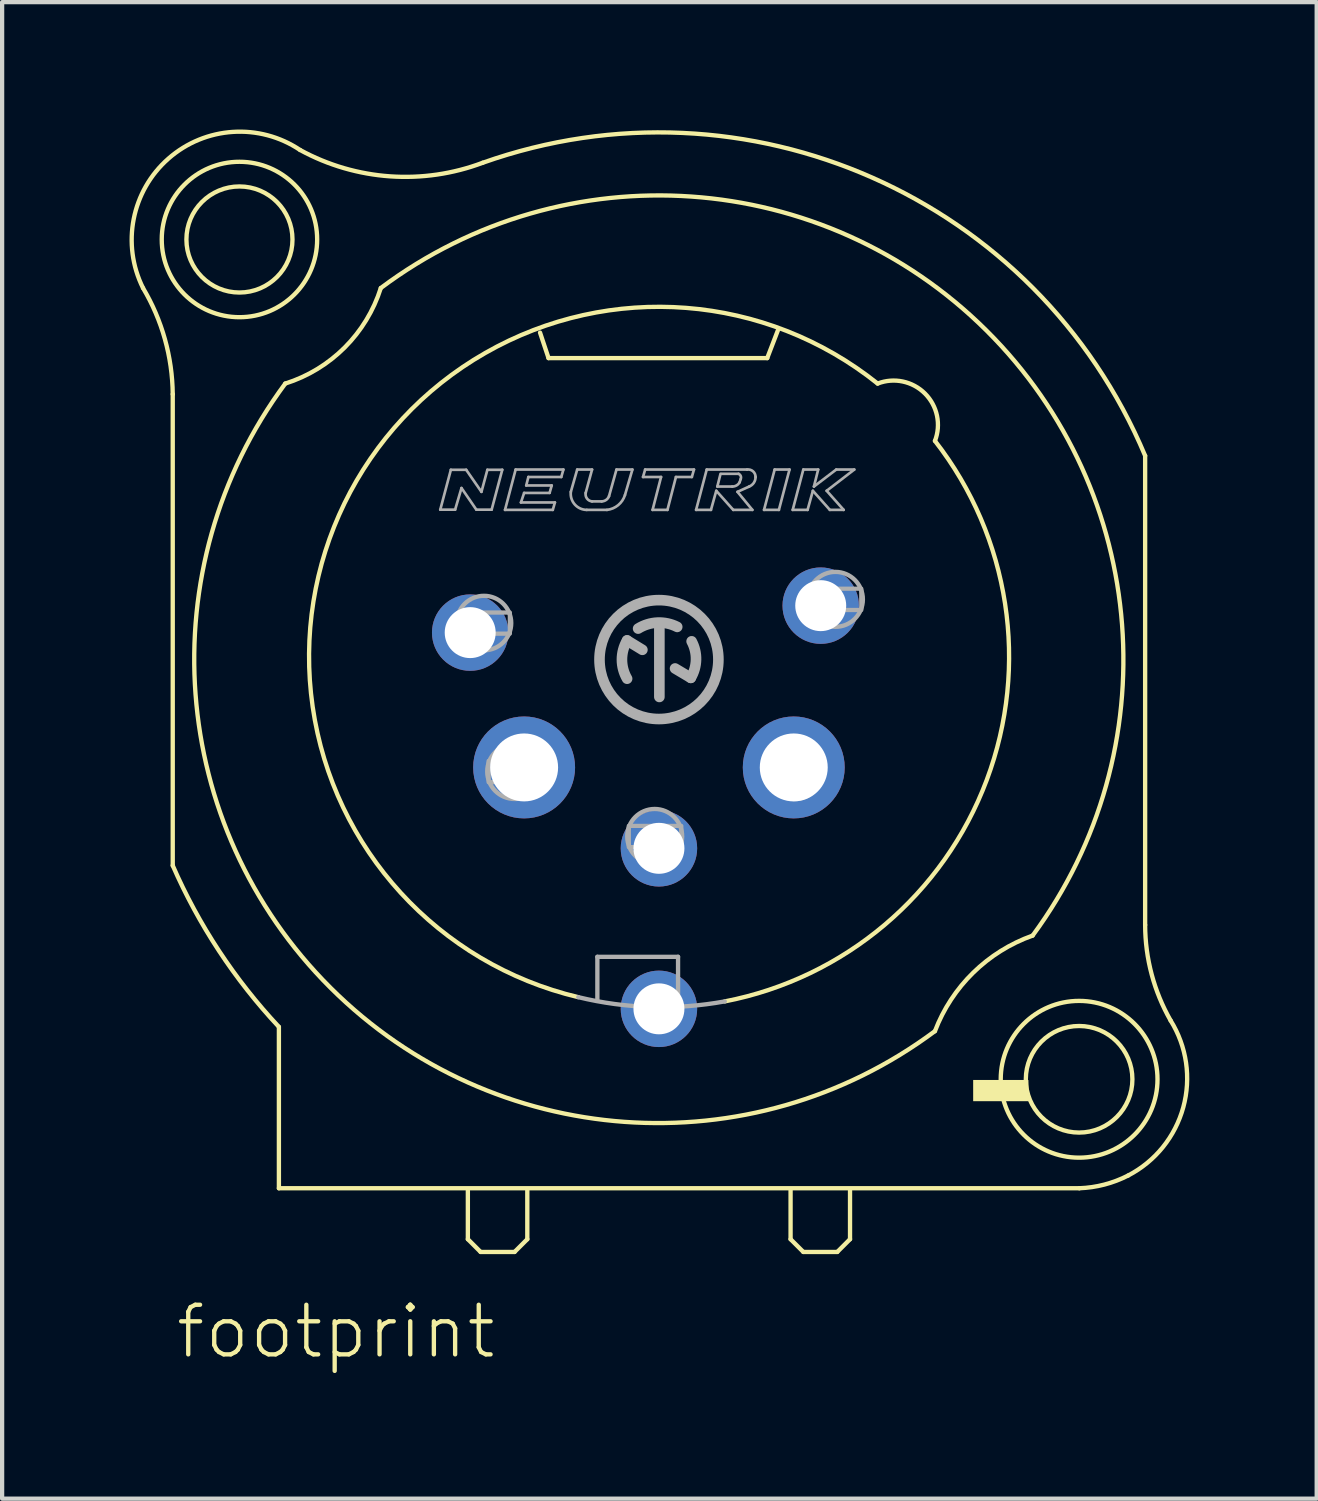
<source format=kicad_pcb>
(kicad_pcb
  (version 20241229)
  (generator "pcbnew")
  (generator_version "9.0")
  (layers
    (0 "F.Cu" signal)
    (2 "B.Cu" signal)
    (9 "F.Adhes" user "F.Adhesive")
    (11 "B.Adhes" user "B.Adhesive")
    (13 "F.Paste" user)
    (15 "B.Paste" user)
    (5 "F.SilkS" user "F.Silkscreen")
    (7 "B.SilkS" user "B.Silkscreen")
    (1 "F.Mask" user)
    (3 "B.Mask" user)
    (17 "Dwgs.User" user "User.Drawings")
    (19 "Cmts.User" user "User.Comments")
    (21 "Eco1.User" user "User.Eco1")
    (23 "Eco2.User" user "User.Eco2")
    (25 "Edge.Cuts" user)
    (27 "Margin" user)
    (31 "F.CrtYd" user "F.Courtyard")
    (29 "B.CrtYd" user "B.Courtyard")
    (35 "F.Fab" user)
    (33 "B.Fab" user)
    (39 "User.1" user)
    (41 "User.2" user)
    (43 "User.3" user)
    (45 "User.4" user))
  (footprint "footprint"
    (layer "F.Cu")
    (at 12.468 12.483)
    (property "Reference" "footprint" (at -11.43 16.51 0) (layer "F.SilkS") (effects (font (size 1.168 1.168) (thickness 0.102)) (justify left bottom)))
    (fp_line (start -11.45 -6.25) (end -11.45 4.85) (stroke (width 0.102) (type solid)) (layer "F.SilkS"))
    (fp_line (start -8.95 8.65) (end -8.95 12.45) (stroke (width 0.102) (type solid)) (layer "F.SilkS"))
    (fp_line (start -8.95 12.45) (end 9.9 12.45) (stroke (width 0.102) (type solid)) (layer "F.SilkS"))
    (fp_line (start -4.5 12.5) (end -4.5 13.65) (stroke (width 0.102) (type solid)) (layer "F.SilkS"))
    (fp_line (start -4.5 13.65) (end -4.2 13.95) (stroke (width 0.102) (type solid)) (layer "F.SilkS"))
    (fp_line (start -4.2 13.95) (end -3.4 13.95) (stroke (width 0.102) (type solid)) (layer "F.SilkS"))
    (fp_line (start -3.4 13.95) (end -3.1 13.65) (stroke (width 0.102) (type solid)) (layer "F.SilkS"))
    (fp_line (start -3.1 13.65) (end -3.1 12.5) (stroke (width 0.102) (type solid)) (layer "F.SilkS"))
    (fp_line (start -2.8 -7.7) (end -2.6 -7.1) (stroke (width 0.102) (type solid)) (layer "F.SilkS"))
    (fp_line (start -2.6 -7.1) (end 2.55 -7.1) (stroke (width 0.102) (type solid)) (layer "F.SilkS"))
    (fp_line (start 2.55 -7.1) (end 2.8 -7.75) (stroke (width 0.102) (type solid)) (layer "F.SilkS"))
    (fp_line (start 3.1 12.5) (end 3.1 13.65) (stroke (width 0.102) (type solid)) (layer "F.SilkS"))
    (fp_line (start 3.1 13.65) (end 3.4 13.95) (stroke (width 0.102) (type solid)) (layer "F.SilkS"))
    (fp_line (start 3.4 13.95) (end 4.2 13.95) (stroke (width 0.102) (type solid)) (layer "F.SilkS"))
    (fp_line (start 4.2 13.95) (end 4.5 13.65) (stroke (width 0.102) (type solid)) (layer "F.SilkS"))
    (fp_line (start 4.5 13.65) (end 4.5 12.5) (stroke (width 0.102) (type solid)) (layer "F.SilkS"))
    (fp_line (start 11.45 6.25) (end 11.45 -4.8) (stroke (width 0.102) (type solid)) (layer "F.SilkS"))
    (fp_arc (start -12.15 -8.75) (mid -11.634641 -7.5463) (end -11.45 -6.25) (stroke (width 0.1016) (type solid)) (layer "F.SilkS"))
    (fp_arc (start -12.149999 -8.75) (mid -11.550562 -11.798717) (end -8.45 -12) (stroke (width 0.1016) (type solid)) (layer "F.SilkS"))
    (fp_arc (start -8.95 8.65) (mid -10.362445 6.856872) (end -11.45 4.85) (stroke (width 0.1016) (type solid)) (layer "F.SilkS"))
    (fp_arc (start -6.55 -8.75) (mid 7.709645 -7.752825) (end 8.799998 6.499998) (stroke (width 0.1016) (type solid)) (layer "F.SilkS"))
    (fp_arc (start -6.55 -8.749999) (mid -7.399996 -7.349995) (end -8.8 -6.5) (stroke (width 0.1016) (type solid)) (layer "F.SilkS"))
    (fp_arc (start -4.15 -11.7) (mid -6.332781 -11.380141) (end -8.45 -12) (stroke (width 0.1016) (type solid)) (layer "F.SilkS"))
    (fp_arc (start -4.15 -11.7) (mid 5.021613 -11.351038) (end 11.45 -4.8) (stroke (width 0.1016) (type solid)) (layer "F.SilkS"))
    (fp_arc (start -1.9 7.95) (mid -7.405 -3.680638) (end 5.149998 -6.499999) (stroke (width 0.1016) (type solid)) (layer "F.SilkS"))
    (fp_arc (start 5.15 -6.5) (mid 6.265153 -6.265153) (end 6.5 -5.15) (stroke (width 0.1016) (type solid)) (layer "F.SilkS"))
    (fp_arc (start 6.5 -5.15) (mid 7.719787 2.835545) (end 1.550002 8.050001) (stroke (width 0.1016) (type solid)) (layer "F.SilkS"))
    (fp_arc (start 6.5 8.749999) (mid 7.402434 7.371932) (end 8.8 6.5) (stroke (width 0.1016) (type solid)) (layer "F.SilkS"))
    (fp_arc (start 6.5 8.75) (mid -7.7333 7.729886) (end -8.799998 -6.499998) (stroke (width 0.1016) (type solid)) (layer "F.SilkS"))
    (fp_arc (start 11.05 12.15) (mid 10.491533 12.363377) (end 9.9 12.45) (stroke (width 0.1016) (type solid)) (layer "F.SilkS"))
    (fp_arc (start 12.05 8.5) (mid 12.348211 10.543688) (end 11.05 12.15) (stroke (width 0.1016) (type solid)) (layer "F.SilkS"))
    (fp_arc (start 12.05 8.5) (mid 11.603713 7.41401) (end 11.45 6.25) (stroke (width 0.1016) (type solid)) (layer "F.SilkS"))
    (fp_circle (center -9.879 -9.893) (end -8.63 -9.893) (stroke (width 0.102) (type solid)) (fill no) (layer "F.SilkS"))
    (fp_circle (center -9.879 -9.893) (end -8.049 -9.893) (stroke (width 0.102) (type solid)) (fill no) (layer "F.SilkS"))
    (fp_circle (center 9.895 9.884) (end 11.15 9.884) (stroke (width 0.102) (type solid)) (fill no) (layer "F.SilkS"))
    (fp_circle (center 9.895 9.884) (end 11.741 9.884) (stroke (width 0.102) (type solid)) (fill no) (layer "F.SilkS"))
    (fp_poly (pts (xy 7.4 10.4) (xy 8.7 10.4) (xy 8.7 9.9) (xy 7.4 9.9)) (stroke (width 0) (type solid)) (fill yes) (layer "F.SilkS"))
    (fp_line (start -5.15 -3.53) (end -4.9 -4.47) (stroke (width 0.063) (type solid)) (layer "F.Fab"))
    (fp_line (start -4.9 -4.47) (end -4.54 -4.47) (stroke (width 0.063) (type solid)) (layer "F.Fab"))
    (fp_line (start -4.8 -3.53) (end -5.15 -3.53) (stroke (width 0.063) (type solid)) (layer "F.Fab"))
    (fp_line (start -4.65 -4.04) (end -4.8 -3.53) (stroke (width 0.063) (type solid)) (layer "F.Fab"))
    (fp_line (start -4.54 -4.47) (end -4.18 -3.95) (stroke (width 0.063) (type solid)) (layer "F.Fab"))
    (fp_line (start -4.3 -3.53) (end -4.65 -4.04) (stroke (width 0.063) (type solid)) (layer "F.Fab"))
    (fp_line (start -4.18 -3.95) (end -4.04 -4.47) (stroke (width 0.063) (type solid)) (layer "F.Fab"))
    (fp_line (start -4.04 -4.47) (end -3.69 -4.47) (stroke (width 0.063) (type solid)) (layer "F.Fab"))
    (fp_line (start -3.94 -3.53) (end -4.3 -3.53) (stroke (width 0.063) (type solid)) (layer "F.Fab"))
    (fp_line (start -3.69 -4.47) (end -3.94 -3.53) (stroke (width 0.063) (type solid)) (layer "F.Fab"))
    (fp_line (start -3.625 -3.525) (end -3.375 -4.475) (stroke (width 0.063) (type solid)) (layer "F.Fab"))
    (fp_line (start -3.375 -4.475) (end -2.25 -4.475) (stroke (width 0.063) (type solid)) (layer "F.Fab"))
    (fp_line (start -3.25 -3.7) (end -2.45 -3.7) (stroke (width 0.063) (type solid)) (layer "F.Fab"))
    (fp_line (start -3.175 -3.925) (end -3.25 -3.7) (stroke (width 0.063) (type solid)) (layer "F.Fab"))
    (fp_line (start -3.125 -4.1) (end -2.525 -4.1) (stroke (width 0.063) (type solid)) (layer "F.Fab"))
    (fp_line (start -3.075 -4.3) (end -3.125 -4.1) (stroke (width 0.063) (type solid)) (layer "F.Fab"))
    (fp_line (start -2.575 -3.925) (end -3.175 -3.925) (stroke (width 0.063) (type solid)) (layer "F.Fab"))
    (fp_line (start -2.525 -4.1) (end -2.575 -3.925) (stroke (width 0.063) (type solid)) (layer "F.Fab"))
    (fp_line (start -2.5 -3.525) (end -3.625 -3.525) (stroke (width 0.063) (type solid)) (layer "F.Fab"))
    (fp_line (start -2.45 -3.7) (end -2.5 -3.525) (stroke (width 0.063) (type solid)) (layer "F.Fab"))
    (fp_line (start -2.3 -4.3) (end -3.075 -4.3) (stroke (width 0.063) (type solid)) (layer "F.Fab"))
    (fp_line (start -2.25 -4.475) (end -2.3 -4.3) (stroke (width 0.063) (type solid)) (layer "F.Fab"))
    (fp_line (start -2.075 -3.95) (end -1.925 -4.475) (stroke (width 0.063) (type solid)) (layer "F.Fab"))
    (fp_line (start -1.925 -4.475) (end -1.575 -4.475) (stroke (width 0.063) (type solid)) (layer "F.Fab"))
    (fp_line (start -1.575 -4.475) (end -1.725 -3.925) (stroke (width 0.063) (type solid)) (layer "F.Fab"))
    (fp_line (start -1.575 -3.725) (end -1.35 -3.725) (stroke (width 0.063) (type solid)) (layer "F.Fab"))
    (fp_line (start -1.45 7) (end 0.45 7) (stroke (width 0.102) (type solid)) (layer "F.Fab"))
    (fp_line (start -1.45 8) (end -1.45 7) (stroke (width 0.102) (type solid)) (layer "F.Fab"))
    (fp_line (start -1.225 -3.525) (end -1.7 -3.525) (stroke (width 0.063) (type solid)) (layer "F.Fab"))
    (fp_line (start -1.175 -3.85) (end -1 -4.475) (stroke (width 0.063) (type solid)) (layer "F.Fab"))
    (fp_line (start -1 -4.475) (end -0.625 -4.475) (stroke (width 0.063) (type solid)) (layer "F.Fab"))
    (fp_line (start -0.75 -0.45) (end -0.39 -0.23) (stroke (width 0.25) (type solid)) (layer "F.Fab"))
    (fp_line (start -0.625 -4.475) (end -0.8 -3.875) (stroke (width 0.063) (type solid)) (layer "F.Fab"))
    (fp_line (start -0.375 -4.3) (end -0.325 -4.475) (stroke (width 0.063) (type solid)) (layer "F.Fab"))
    (fp_line (start -0.325 -4.475) (end 0.825 -4.475) (stroke (width 0.063) (type solid)) (layer "F.Fab"))
    (fp_line (start -0.15 -3.525) (end 0.05 -4.3) (stroke (width 0.063) (type solid)) (layer "F.Fab"))
    (fp_line (start 0.01 0.88) (end 0.01 -0.78) (stroke (width 0.25) (type solid)) (layer "F.Fab"))
    (fp_line (start 0.05 -4.3) (end -0.375 -4.3) (stroke (width 0.063) (type solid)) (layer "F.Fab"))
    (fp_line (start 0.2 -3.525) (end -0.15 -3.525) (stroke (width 0.063) (type solid)) (layer "F.Fab"))
    (fp_line (start 0.38 0.21) (end 0.75 0.43) (stroke (width 0.25) (type solid)) (layer "F.Fab"))
    (fp_line (start 0.4 -4.3) (end 0.2 -3.525) (stroke (width 0.063) (type solid)) (layer "F.Fab"))
    (fp_line (start 0.45 7) (end 0.45 8.15) (stroke (width 0.102) (type solid)) (layer "F.Fab"))
    (fp_line (start 0.775 -4.3) (end 0.4 -4.3) (stroke (width 0.063) (type solid)) (layer "F.Fab"))
    (fp_line (start 0.825 -4.475) (end 0.775 -4.3) (stroke (width 0.063) (type solid)) (layer "F.Fab"))
    (fp_line (start 0.875 -3.525) (end 1.125 -4.475) (stroke (width 0.063) (type solid)) (layer "F.Fab"))
    (fp_line (start 1.125 -4.475) (end 2.075 -4.475) (stroke (width 0.063) (type solid)) (layer "F.Fab"))
    (fp_line (start 1.225 -3.525) (end 0.875 -3.525) (stroke (width 0.063) (type solid)) (layer "F.Fab"))
    (fp_line (start 1.35 -3.975) (end 1.225 -3.525) (stroke (width 0.063) (type solid)) (layer "F.Fab"))
    (fp_line (start 1.375 -4.075) (end 1.725 -4.075) (stroke (width 0.063) (type solid)) (layer "F.Fab"))
    (fp_line (start 1.45 -4.375) (end 1.375 -4.075) (stroke (width 0.063) (type solid)) (layer "F.Fab"))
    (fp_line (start 1.75 -3.525) (end 1.35 -3.975) (stroke (width 0.063) (type solid)) (layer "F.Fab"))
    (fp_line (start 1.85 -3.95) (end 2.2 -3.525) (stroke (width 0.063) (type solid)) (layer "F.Fab"))
    (fp_line (start 1.875 -4.375) (end 1.475 -4.375) (stroke (width 0.063) (type solid)) (layer "F.Fab"))
    (fp_line (start 1.9 -4.175) (end 1.925 -4.25) (stroke (width 0.063) (type solid)) (layer "F.Fab"))
    (fp_line (start 2.125 -4.075) (end 1.85 -3.95) (stroke (width 0.063) (type solid)) (layer "F.Fab"))
    (fp_line (start 2.2 -3.525) (end 1.75 -3.525) (stroke (width 0.063) (type solid)) (layer "F.Fab"))
    (fp_line (start 2.475 -3.525) (end 2.725 -4.475) (stroke (width 0.063) (type solid)) (layer "F.Fab"))
    (fp_line (start 2.725 -4.475) (end 3.075 -4.475) (stroke (width 0.063) (type solid)) (layer "F.Fab"))
    (fp_line (start 2.825 -3.525) (end 2.475 -3.525) (stroke (width 0.063) (type solid)) (layer "F.Fab"))
    (fp_line (start 3.075 -4.475) (end 2.825 -3.525) (stroke (width 0.063) (type solid)) (layer "F.Fab"))
    (fp_line (start 3.15 -3.525) (end 3.5 -3.525) (stroke (width 0.063) (type solid)) (layer "F.Fab"))
    (fp_line (start 3.4 -4.475) (end 3.15 -3.525) (stroke (width 0.063) (type solid)) (layer "F.Fab"))
    (fp_line (start 3.5 -3.525) (end 3.625 -3.975) (stroke (width 0.063) (type solid)) (layer "F.Fab"))
    (fp_line (start 3.625 -3.975) (end 4.025 -3.525) (stroke (width 0.063) (type solid)) (layer "F.Fab"))
    (fp_line (start 3.65 -4.075) (end 3.75 -4.475) (stroke (width 0.063) (type solid)) (layer "F.Fab"))
    (fp_line (start 3.75 -4.475) (end 3.4 -4.475) (stroke (width 0.063) (type solid)) (layer "F.Fab"))
    (fp_line (start 3.95 -3.975) (end 4.6 -4.475) (stroke (width 0.063) (type solid)) (layer "F.Fab"))
    (fp_line (start 4.025 -3.525) (end 4.35 -3.525) (stroke (width 0.063) (type solid)) (layer "F.Fab"))
    (fp_line (start 4.175 -4.475) (end 3.65 -4.075) (stroke (width 0.063) (type solid)) (layer "F.Fab"))
    (fp_line (start 4.35 -3.525) (end 3.95 -3.975) (stroke (width 0.063) (type solid)) (layer "F.Fab"))
    (fp_line (start 4.6 -4.475) (end 4.175 -4.475) (stroke (width 0.063) (type solid)) (layer "F.Fab"))
    (fp_arc (start -1.7 -3.525) (mid -1.982521 -3.653658) (end -2.075 -3.95) (stroke (width 0.0634) (type solid)) (layer "F.Fab"))
    (fp_arc (start -1.575001 -3.724999) (mid -1.694241 -3.79182) (end -1.725 -3.925) (stroke (width 0.0634) (type solid)) (layer "F.Fab"))
    (fp_arc (start -1.175001 -3.849999) (mid -1.243029 -3.76024) (end -1.35 -3.725) (stroke (width 0.0634) (type solid)) (layer "F.Fab"))
    (fp_arc (start -0.8 -3.875) (mid -0.960298 -3.636613) (end -1.224999 -3.525) (stroke (width 0.0634) (type solid)) (layer "F.Fab"))
    (fp_arc (start -0.75 0.45) (mid -0.871403 0) (end -0.75 -0.45) (stroke (width 0.25) (type solid)) (layer "F.Fab"))
    (fp_arc (start -0.49 -0.73) (mid -0.035247 -0.870661) (end 0.429999 -0.77) (stroke (width 0.25) (type solid)) (layer "F.Fab"))
    (fp_arc (start 0.769999 -0.430001) (mid 0.873225 0.002632) (end 0.75 0.43) (stroke (width 0.25) (type solid)) (layer "F.Fab"))
    (fp_arc (start 1.55 8.05) (mid -0.180258 8.181405) (end -1.9 7.95) (stroke (width 0.1016) (type solid)) (layer "F.Fab"))
    (fp_arc (start 1.875 -4.375) (mid 1.925888 -4.322855) (end 1.925 -4.25) (stroke (width 0.0634) (type solid)) (layer "F.Fab"))
    (fp_arc (start 1.899999 -4.175) (mid 1.82636 -4.100745) (end 1.725 -4.075) (stroke (width 0.0634) (type solid)) (layer "F.Fab"))
    (fp_arc (start 2.075 -4.475) (mid 2.215619 -4.43392) (end 2.275 -4.299998) (stroke (width 0.0634) (type solid)) (layer "F.Fab"))
    (fp_arc (start 2.275 -4.3) (mid 2.235142 -4.164071) (end 2.125 -4.074999) (stroke (width 0.0634) (type solid)) (layer "F.Fab"))
    (fp_circle (center -4.12 -0.86) (end -3.478 -0.86) (stroke (width 0.102) (type solid)) (fill no) (layer "F.Fab"))
    (fp_circle (center -3.397 2.636) (end -2.75 2.636) (stroke (width 0.102) (type solid)) (fill no) (layer "F.Fab"))
    (fp_circle (center -0.1 4.165) (end 0.547 4.165) (stroke (width 0.102) (type solid)) (fill no) (layer "F.Fab"))
    (fp_circle (center 0 0) (end 1.4 0) (stroke (width 0.25) (type solid)) (fill no) (layer "F.Fab"))
    (fp_circle (center 3.196 2.637) (end 3.844 2.637) (stroke (width 0.102) (type solid)) (fill no) (layer "F.Fab"))
    (fp_circle (center 4.156 -1.418) (end 4.803 -1.418) (stroke (width 0.102) (type solid)) (fill no) (layer "F.Fab"))
    (fp_poly (pts (xy -4.011 2.887) (xy -2.797 2.887) (xy -2.797 2.386) (xy -4.011 2.386)) (stroke (width 0.1) (type solid)) (fill no) (layer "F.Fab"))
    (fp_poly (pts (xy -3.511 -1.108) (xy -4.727 -1.108) (xy -4.727 -0.61) (xy -3.511 -0.61)) (stroke (width 0.1) (type solid)) (fill no) (layer "F.Fab"))
    (fp_poly (pts (xy -0.71 4.416) (xy 0.526 4.416) (xy 0.526 3.917) (xy -0.71 3.917)) (stroke (width 0.1) (type solid)) (fill no) (layer "F.Fab"))
    (fp_poly (pts (xy 2.56 2.889) (xy 3.797 2.889) (xy 3.797 2.388) (xy 2.56 2.388)) (stroke (width 0.1) (type solid)) (fill no) (layer "F.Fab"))
    (fp_poly (pts (xy 4.765 -1.669) (xy 3.546 -1.669) (xy 3.546 -1.168) (xy 4.765 -1.168)) (stroke (width 0.1) (type solid)) (fill no) (layer "F.Fab"))
    (pad "1" thru_hole circle (at -4.445 -0.635) (size 1.8 1.8) (drill 1.2) (layers "*.Cu" "*.Mask"))
    (pad "2" thru_hole circle (at -3.175 2.54) (size 2.4 2.4) (drill 1.6) (layers "*.Cu" "*.Mask"))
    (pad "3" thru_hole circle (at 0 4.445) (size 1.8 1.8) (drill 1.2) (layers "*.Cu" "*.Mask"))
    (pad "4" thru_hole circle (at 3.175 2.54) (size 2.4 2.4) (drill 1.6) (layers "*.Cu" "*.Mask"))
    (pad "5" thru_hole circle (at 3.81 -1.27) (size 1.8 1.8) (drill 1.2) (layers "*.Cu" "*.Mask"))
    (pad "G" thru_hole circle (at 0 8.225) (size 1.8 1.8) (drill 1.2) (layers "*.Cu" "*.Mask")))
  (gr_rect
    (start -3 -3)
    (end 27.958 32.243)
    (stroke (width 0.1) (type default))
    (fill no)
    (layer "Edge.Cuts")))
</source>
